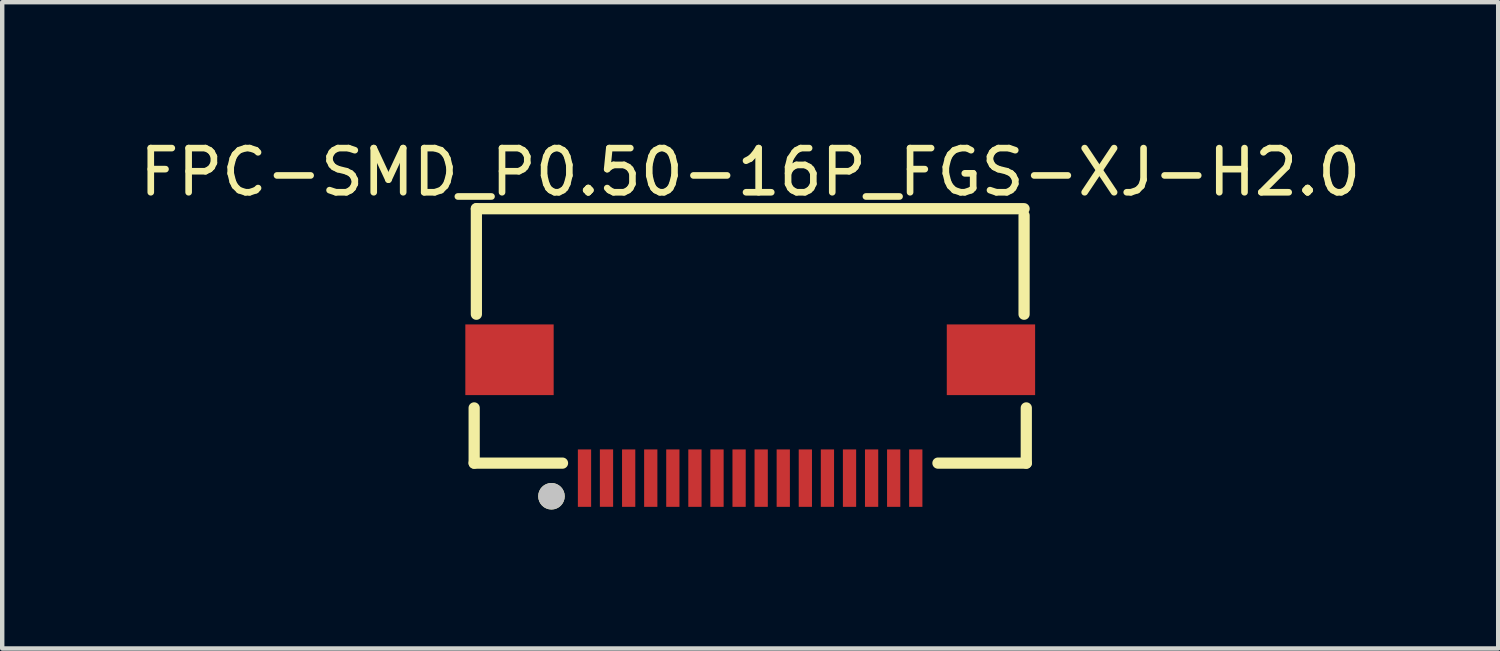
<source format=kicad_pcb>
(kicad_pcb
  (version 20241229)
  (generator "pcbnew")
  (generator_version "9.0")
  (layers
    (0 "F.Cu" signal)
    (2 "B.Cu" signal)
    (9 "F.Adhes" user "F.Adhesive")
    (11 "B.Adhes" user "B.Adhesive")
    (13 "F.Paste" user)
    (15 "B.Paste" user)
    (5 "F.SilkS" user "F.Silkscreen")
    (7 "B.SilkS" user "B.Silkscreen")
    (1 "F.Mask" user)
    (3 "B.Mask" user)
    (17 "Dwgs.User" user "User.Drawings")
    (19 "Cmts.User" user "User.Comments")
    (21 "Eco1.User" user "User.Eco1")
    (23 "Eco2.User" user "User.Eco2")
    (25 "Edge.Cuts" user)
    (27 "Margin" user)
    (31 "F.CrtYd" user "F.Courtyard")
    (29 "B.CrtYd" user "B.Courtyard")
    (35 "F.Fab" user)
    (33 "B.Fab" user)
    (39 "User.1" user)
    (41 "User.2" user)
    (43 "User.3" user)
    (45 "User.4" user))
  (footprint "FPC-SMD_P0.50-16P_FGS-XJ-H2.0"
    (layer "F.Cu")
    (at 13.935 6.435)
    (property "Reference" "FPC-SMD_P0.50-16P_FGS-XJ-H2.0" (at 0 -5.587 0) (layer "F.SilkS") (effects (font (size 1 1) (thickness 0.15))))
    (fp_line (start -6.25 -0.25) (end -6.25 1) (stroke (width 0.254) (type default)) (layer "F.SilkS"))
    (fp_line (start -6.25 1) (end -4.25 1) (stroke (width 0.254) (type default)) (layer "F.SilkS"))
    (fp_line (start -6.2 -4.76) (end 6.2 -4.76) (stroke (width 0.254) (type default)) (layer "F.SilkS"))
    (fp_line (start -6.2 -2.371) (end -6.2 -4.76) (stroke (width 0.254) (type default)) (layer "F.SilkS"))
    (fp_line (start 6.2 -2.371) (end 6.2 -4.607) (stroke (width 0.254) (type default)) (layer "F.SilkS"))
    (fp_line (start 6.25 -0.25) (end 6.25 1) (stroke (width 0.254) (type default)) (layer "F.SilkS"))
    (fp_line (start 6.25 1) (end 4.25 1) (stroke (width 0.254) (type default)) (layer "F.SilkS"))
    (fp_circle (center -4.5 1.75) (end -4.35 1.75) (stroke (width 0.3) (type default)) (fill no) (layer "F.SilkS"))
    (fp_circle (center -4.5 1.75) (end -4.35 1.75) (stroke (width 0.3) (type default)) (fill no) (layer "Dwgs.User"))
    (fp_poly (pts (xy -6.3 -0.84) (xy -6.3 -1.84) (xy -4.8 -1.84) (xy -4.8 -0.84)) (stroke (width 0.1) (type default)) (fill no) (layer "User.1"))
    (fp_poly (pts (xy -3.852 1.111) (xy -3.852 0.891) (xy -3.652 0.891) (xy -3.652 1.111)) (stroke (width 0.1) (type default)) (fill no) (layer "User.1"))
    (fp_poly (pts (xy -3.852 1.601) (xy -3.852 1.101) (xy -3.652 1.101) (xy -3.652 1.601)) (stroke (width 0.1) (type default)) (fill no) (layer "User.1"))
    (fp_poly (pts (xy -3.354 1.111) (xy -3.354 0.891) (xy -3.154 0.891) (xy -3.154 1.111)) (stroke (width 0.1) (type default)) (fill no) (layer "User.1"))
    (fp_poly (pts (xy -3.354 1.601) (xy -3.354 1.101) (xy -3.154 1.101) (xy -3.154 1.601)) (stroke (width 0.1) (type default)) (fill no) (layer "User.1"))
    (fp_poly (pts (xy -2.852 1.111) (xy -2.852 0.891) (xy -2.652 0.891) (xy -2.652 1.111)) (stroke (width 0.1) (type default)) (fill no) (layer "User.1"))
    (fp_poly (pts (xy -2.852 1.601) (xy -2.852 1.101) (xy -2.652 1.101) (xy -2.652 1.601)) (stroke (width 0.1) (type default)) (fill no) (layer "User.1"))
    (fp_poly (pts (xy -2.352 1.111) (xy -2.352 0.891) (xy -2.152 0.891) (xy -2.152 1.111)) (stroke (width 0.1) (type default)) (fill no) (layer "User.1"))
    (fp_poly (pts (xy -2.352 1.601) (xy -2.352 1.101) (xy -2.152 1.101) (xy -2.152 1.601)) (stroke (width 0.1) (type default)) (fill no) (layer "User.1"))
    (fp_poly (pts (xy -1.852 1.111) (xy -1.852 0.891) (xy -1.652 0.891) (xy -1.652 1.111)) (stroke (width 0.1) (type default)) (fill no) (layer "User.1"))
    (fp_poly (pts (xy -1.852 1.601) (xy -1.852 1.101) (xy -1.652 1.101) (xy -1.652 1.601)) (stroke (width 0.1) (type default)) (fill no) (layer "User.1"))
    (fp_poly (pts (xy -1.352 1.111) (xy -1.352 0.891) (xy -1.152 0.891) (xy -1.152 1.111)) (stroke (width 0.1) (type default)) (fill no) (layer "User.1"))
    (fp_poly (pts (xy -1.352 1.601) (xy -1.352 1.101) (xy -1.152 1.101) (xy -1.152 1.601)) (stroke (width 0.1) (type default)) (fill no) (layer "User.1"))
    (fp_poly (pts (xy -0.852 1.111) (xy -0.852 0.891) (xy -0.652 0.891) (xy -0.652 1.111)) (stroke (width 0.1) (type default)) (fill no) (layer "User.1"))
    (fp_poly (pts (xy -0.852 1.601) (xy -0.852 1.101) (xy -0.652 1.101) (xy -0.652 1.601)) (stroke (width 0.1) (type default)) (fill no) (layer "User.1"))
    (fp_poly (pts (xy -0.352 1.111) (xy -0.352 0.891) (xy -0.152 0.891) (xy -0.152 1.111)) (stroke (width 0.1) (type default)) (fill no) (layer "User.1"))
    (fp_poly (pts (xy -0.352 1.601) (xy -0.352 1.101) (xy -0.152 1.101) (xy -0.152 1.601)) (stroke (width 0.1) (type default)) (fill no) (layer "User.1"))
    (fp_poly (pts (xy 0.148 1.111) (xy 0.148 0.891) (xy 0.348 0.891) (xy 0.348 1.111)) (stroke (width 0.1) (type default)) (fill no) (layer "User.1"))
    (fp_poly (pts (xy 0.148 1.601) (xy 0.148 1.101) (xy 0.348 1.101) (xy 0.348 1.601)) (stroke (width 0.1) (type default)) (fill no) (layer "User.1"))
    (fp_poly (pts (xy 0.648 1.111) (xy 0.648 0.891) (xy 0.848 0.891) (xy 0.848 1.111)) (stroke (width 0.1) (type default)) (fill no) (layer "User.1"))
    (fp_poly (pts (xy 0.648 1.601) (xy 0.648 1.101) (xy 0.848 1.101) (xy 0.848 1.601)) (stroke (width 0.1) (type default)) (fill no) (layer "User.1"))
    (fp_poly (pts (xy 1.148 1.111) (xy 1.148 0.891) (xy 1.348 0.891) (xy 1.348 1.111)) (stroke (width 0.1) (type default)) (fill no) (layer "User.1"))
    (fp_poly (pts (xy 1.148 1.601) (xy 1.148 1.101) (xy 1.348 1.101) (xy 1.348 1.601)) (stroke (width 0.1) (type default)) (fill no) (layer "User.1"))
    (fp_poly (pts (xy 1.648 1.111) (xy 1.648 0.891) (xy 1.848 0.891) (xy 1.848 1.111)) (stroke (width 0.1) (type default)) (fill no) (layer "User.1"))
    (fp_poly (pts (xy 1.648 1.601) (xy 1.648 1.101) (xy 1.848 1.101) (xy 1.848 1.601)) (stroke (width 0.1) (type default)) (fill no) (layer "User.1"))
    (fp_poly (pts (xy 2.148 1.111) (xy 2.148 0.891) (xy 2.348 0.891) (xy 2.348 1.111)) (stroke (width 0.1) (type default)) (fill no) (layer "User.1"))
    (fp_poly (pts (xy 2.148 1.601) (xy 2.148 1.101) (xy 2.348 1.101) (xy 2.348 1.601)) (stroke (width 0.1) (type default)) (fill no) (layer "User.1"))
    (fp_poly (pts (xy 2.648 1.111) (xy 2.648 0.891) (xy 2.848 0.891) (xy 2.848 1.111)) (stroke (width 0.1) (type default)) (fill no) (layer "User.1"))
    (fp_poly (pts (xy 2.648 1.601) (xy 2.648 1.101) (xy 2.848 1.101) (xy 2.848 1.601)) (stroke (width 0.1) (type default)) (fill no) (layer "User.1"))
    (fp_poly (pts (xy 3.148 1.111) (xy 3.148 0.891) (xy 3.348 0.891) (xy 3.348 1.111)) (stroke (width 0.1) (type default)) (fill no) (layer "User.1"))
    (fp_poly (pts (xy 3.148 1.601) (xy 3.148 1.101) (xy 3.348 1.101) (xy 3.348 1.601)) (stroke (width 0.1) (type default)) (fill no) (layer "User.1"))
    (fp_poly (pts (xy 3.648 1.111) (xy 3.648 0.891) (xy 3.848 0.891) (xy 3.848 1.111)) (stroke (width 0.1) (type default)) (fill no) (layer "User.1"))
    (fp_poly (pts (xy 3.648 1.601) (xy 3.648 1.101) (xy 3.848 1.101) (xy 3.848 1.601)) (stroke (width 0.1) (type default)) (fill no) (layer "User.1"))
    (fp_poly (pts (xy 4.8 -0.84) (xy 4.8 -1.84) (xy 6.3 -1.84) (xy 6.3 -0.84)) (stroke (width 0.1) (type default)) (fill no) (layer "User.1"))
    (fp_line (start -6.25 -4.5) (end 6.15 -4.5) (stroke (width 0.051) (type default)) (layer "User.2"))
    (fp_line (start -6.25 0.9) (end -6.25 -4.5) (stroke (width 0.051) (type default)) (layer "User.2"))
    (fp_line (start 6.15 -4.5) (end 6.15 0.9) (stroke (width 0.051) (type default)) (layer "User.2"))
    (fp_line (start 6.15 0.9) (end -6.25 0.9) (stroke (width 0.051) (type default)) (layer "User.2"))
    (fp_poly (pts (xy -6 1.952) (xy -6.02 1.865) (xy -6.075 1.795) (xy -6.155 1.757) (xy -6.245 1.757) (xy -6.325 1.795) (xy -6.38 1.865) (xy -6.4 1.952) (xy -6.38 2.038) (xy -6.325 2.108) (xy -6.245 2.146) (xy -6.155 2.146) (xy -6.075 2.108) (xy -6.02 2.038)) (stroke (width 0.1) (type default)) (fill no) (layer "User.3"))
    (pad "1" smd rect (at -3.752 1.34) (size 0.3 1.3) (layers "F.Cu" "F.Mask" "F.Paste"))
    (pad "2" smd rect (at -3.254 1.339) (size 0.3 1.3) (layers "F.Cu" "F.Mask" "F.Paste"))
    (pad "3" smd rect (at -2.752 1.34) (size 0.3 1.3) (layers "F.Cu" "F.Mask" "F.Paste"))
    (pad "4" smd rect (at -2.252 1.34) (size 0.3 1.3) (layers "F.Cu" "F.Mask" "F.Paste"))
    (pad "5" smd rect (at -1.752 1.34) (size 0.3 1.3) (layers "F.Cu" "F.Mask" "F.Paste"))
    (pad "6" smd rect (at -1.252 1.34) (size 0.3 1.3) (layers "F.Cu" "F.Mask" "F.Paste"))
    (pad "7" smd rect (at -0.752 1.34) (size 0.3 1.3) (layers "F.Cu" "F.Mask" "F.Paste"))
    (pad "8" smd rect (at -0.252 1.34) (size 0.3 1.3) (layers "F.Cu" "F.Mask" "F.Paste"))
    (pad "9" smd rect (at 0.248 1.34) (size 0.3 1.3) (layers "F.Cu" "F.Mask" "F.Paste"))
    (pad "10" smd rect (at 0.748 1.34) (size 0.3 1.3) (layers "F.Cu" "F.Mask" "F.Paste"))
    (pad "11" smd rect (at 1.248 1.34) (size 0.3 1.3) (layers "F.Cu" "F.Mask" "F.Paste"))
    (pad "12" smd rect (at 1.748 1.34) (size 0.3 1.3) (layers "F.Cu" "F.Mask" "F.Paste"))
    (pad "13" smd rect (at 2.248 1.34) (size 0.3 1.3) (layers "F.Cu" "F.Mask" "F.Paste"))
    (pad "14" smd rect (at 2.748 1.34) (size 0.3 1.3) (layers "F.Cu" "F.Mask" "F.Paste"))
    (pad "15" smd rect (at 3.248 1.34) (size 0.3 1.3) (layers "F.Cu" "F.Mask" "F.Paste"))
    (pad "16" smd rect (at 3.748 1.34) (size 0.3 1.3) (layers "F.Cu" "F.Mask" "F.Paste"))
    (pad "17" smd rect (at -5.45 -1.34 270) (size 1.6 2) (layers "F.Cu" "F.Mask" "F.Paste"))
    (pad "18" smd rect (at 5.45 -1.34 270) (size 1.6 2) (layers "F.Cu" "F.Mask" "F.Paste")))
  (gr_rect
    (start -3 -3)
    (end 30.869 11.632)
    (stroke (width 0.1) (type default))
    (fill no)
    (layer "Edge.Cuts")))
</source>
